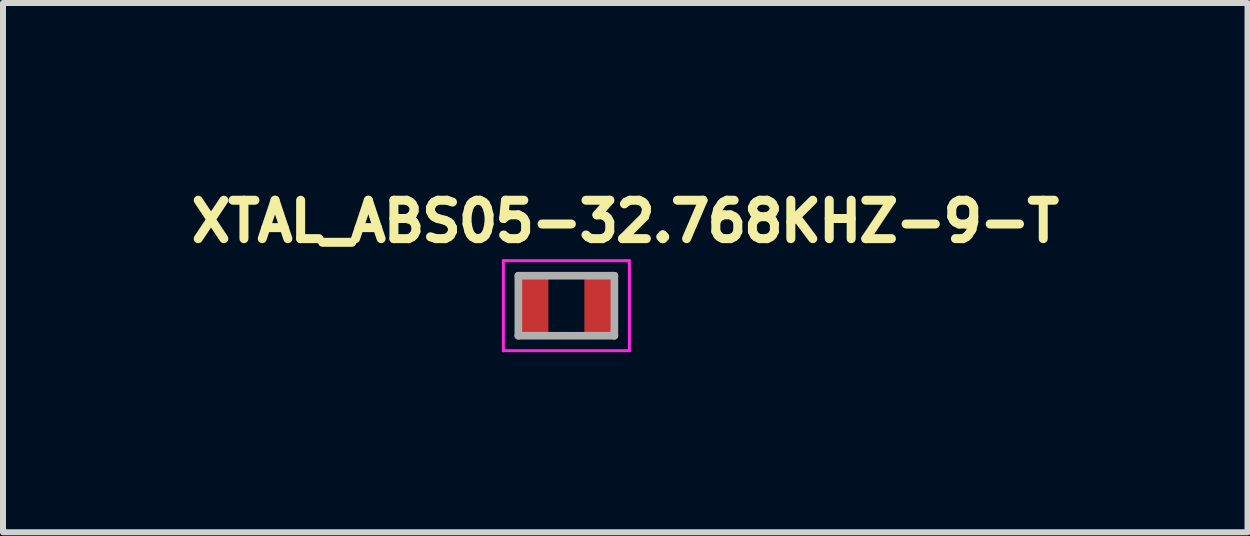
<source format=kicad_pcb>
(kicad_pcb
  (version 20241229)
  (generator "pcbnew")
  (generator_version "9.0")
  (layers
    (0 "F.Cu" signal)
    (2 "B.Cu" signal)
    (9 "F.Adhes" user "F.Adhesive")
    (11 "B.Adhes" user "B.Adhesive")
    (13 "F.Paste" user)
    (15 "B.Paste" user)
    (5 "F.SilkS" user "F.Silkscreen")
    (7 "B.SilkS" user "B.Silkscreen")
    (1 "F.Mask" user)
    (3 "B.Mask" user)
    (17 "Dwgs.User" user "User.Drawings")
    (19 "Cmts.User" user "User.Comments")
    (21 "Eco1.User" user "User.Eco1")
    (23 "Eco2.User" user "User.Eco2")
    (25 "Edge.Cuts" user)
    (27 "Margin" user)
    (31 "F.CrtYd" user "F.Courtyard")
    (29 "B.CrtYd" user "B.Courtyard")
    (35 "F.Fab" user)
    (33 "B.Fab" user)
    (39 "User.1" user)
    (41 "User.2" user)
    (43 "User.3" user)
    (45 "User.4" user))
  (footprint "XTAL_ABS05-32.768KHZ-9-T"
    (layer "F.Cu")
    (at 6.387 2.044)
    (property "Reference" "XTAL_ABS05-32.768KHZ-9-T" (at 0.982 -1.406 0) (layer "F.SilkS") (effects (font (size 0.64 0.64) (thickness 0.15))))
    (attr through_hole)
    (fp_line (start -1.05 -0.75) (end -1.05 0.75) (stroke (width 0.05) (type solid)) (layer "F.CrtYd"))
    (fp_line (start -1.05 0.75) (end 1.05 0.75) (stroke (width 0.05) (type solid)) (layer "F.CrtYd"))
    (fp_line (start 1.05 -0.75) (end -1.05 -0.75) (stroke (width 0.05) (type solid)) (layer "F.CrtYd"))
    (fp_line (start 1.05 0.75) (end 1.05 -0.75) (stroke (width 0.05) (type solid)) (layer "F.CrtYd"))
    (fp_line (start -0.8 -0.5) (end -0.8 0.5) (stroke (width 0.127) (type solid)) (layer "F.Fab"))
    (fp_line (start -0.8 -0.5) (end 0.8 -0.5) (stroke (width 0.127) (type solid)) (layer "F.Fab"))
    (fp_line (start -0.8 0.5) (end 0.8 0.5) (stroke (width 0.127) (type solid)) (layer "F.Fab"))
    (fp_line (start 0.8 -0.5) (end 0.8 0.5) (stroke (width 0.127) (type solid)) (layer "F.Fab"))
    (pad "1" smd rect (at -0.55 0) (size 0.5 1) (layers "F.Cu" "F.Mask" "F.Paste"))
    (pad "2" smd rect (at 0.55 0) (size 0.5 1) (layers "F.Cu" "F.Mask" "F.Paste")))
  (gr_rect
    (start -3 -3)
    (end 17.737 5.819)
    (stroke (width 0.1) (type default))
    (fill no)
    (layer "Edge.Cuts")))
</source>
